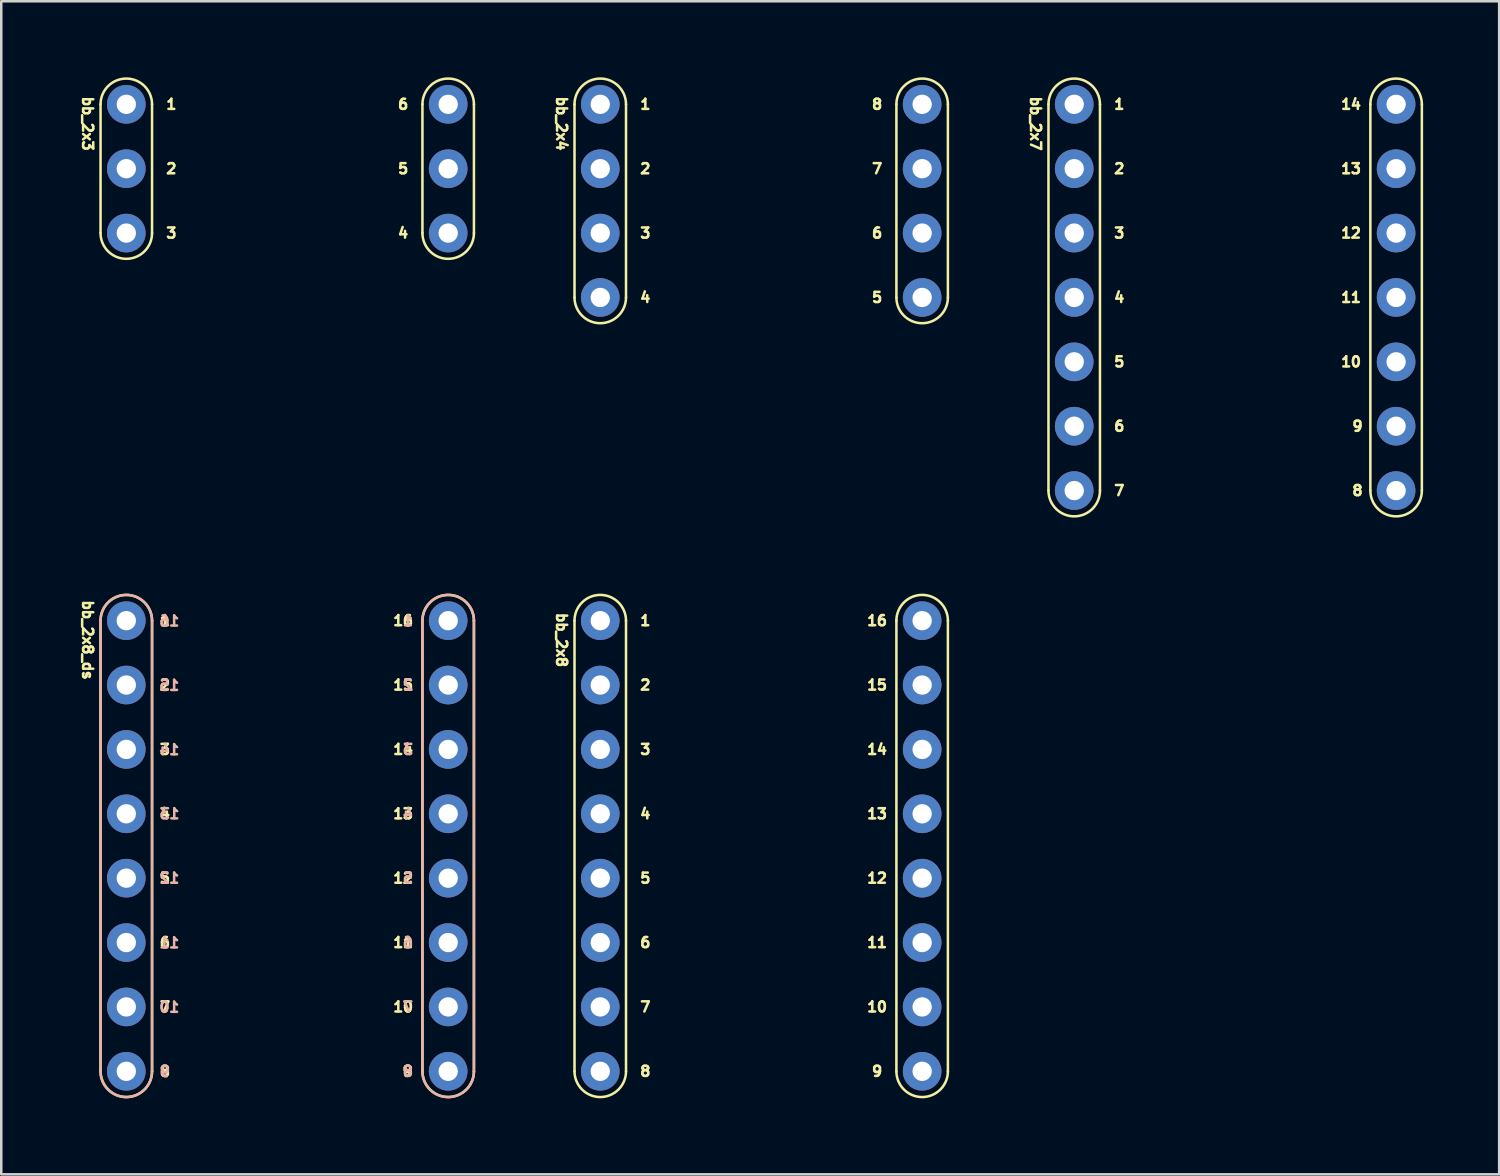
<source format=kicad_pcb>
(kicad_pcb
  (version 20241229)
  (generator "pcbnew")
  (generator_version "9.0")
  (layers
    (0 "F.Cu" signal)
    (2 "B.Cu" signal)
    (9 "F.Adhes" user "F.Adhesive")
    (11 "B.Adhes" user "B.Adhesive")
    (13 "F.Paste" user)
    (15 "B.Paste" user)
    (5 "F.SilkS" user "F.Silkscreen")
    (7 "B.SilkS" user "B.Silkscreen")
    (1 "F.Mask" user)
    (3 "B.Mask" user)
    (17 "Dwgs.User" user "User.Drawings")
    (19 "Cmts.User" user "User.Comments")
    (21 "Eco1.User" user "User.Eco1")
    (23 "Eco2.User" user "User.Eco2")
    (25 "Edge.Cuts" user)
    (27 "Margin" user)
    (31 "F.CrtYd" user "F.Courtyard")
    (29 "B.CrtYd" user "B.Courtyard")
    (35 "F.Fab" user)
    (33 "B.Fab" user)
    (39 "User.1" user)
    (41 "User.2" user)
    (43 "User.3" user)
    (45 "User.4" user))
  (footprint "bb_2x7"
    (layer "F.Cu")
    (at 39.333 1.066)
    (property "Reference" "bb_2x7" (at -1.524 0.762 270) (unlocked yes) (layer "F.SilkS") (effects (font (size 0.4 0.4) (thickness 0.1))))
    (attr through_hole)
    (fp_line (start -1.016 0) (end -1.016 15.24) (stroke (width 0.1) (type solid)) (layer "F.SilkS"))
    (fp_line (start 1.016 15.24) (end 1.016 0) (stroke (width 0.1) (type solid)) (layer "F.SilkS"))
    (fp_line (start 11.684 15.24) (end 11.684 0) (stroke (width 0.1) (type solid)) (layer "F.SilkS"))
    (fp_line (start 13.716 15.24) (end 13.716 0) (stroke (width 0.1) (type solid)) (layer "F.SilkS"))
    (fp_arc (start -1.016 0) (mid 0 -1.016) (end 1.016 0) (stroke (width 0.1) (type solid)) (layer "F.SilkS"))
    (fp_arc (start 1.016 15.24) (mid 0 16.256) (end -1.016 15.24) (stroke (width 0.1) (type solid)) (layer "F.SilkS"))
    (fp_arc (start 11.684 0) (mid 12.7 -1.016) (end 13.716 0) (stroke (width 0.1) (type solid)) (layer "F.SilkS"))
    (fp_arc (start 13.716 15.24) (mid 12.7 16.256) (end 11.684 15.24) (stroke (width 0.1) (type solid)) (layer "F.SilkS"))
    (fp_text user "3" (at 1.778 5.08 0) (layer "F.SilkS") (effects (font (size 0.4 0.4) (thickness 0.1))))
    (fp_text user "9" (at 11.176 12.7 0) (layer "F.SilkS") (effects (font (size 0.4 0.4) (thickness 0.1))))
    (fp_text user "7" (at 1.778 15.24 0) (layer "F.SilkS") (effects (font (size 0.4 0.4) (thickness 0.1))))
    (fp_text user "4" (at 1.778 7.62 0) (layer "F.SilkS") (effects (font (size 0.4 0.4) (thickness 0.1))))
    (fp_text user "10" (at 10.922 10.16 0) (layer "F.SilkS") (effects (font (size 0.4 0.4) (thickness 0.1))))
    (fp_text user "12" (at 10.922 5.08 0) (layer "F.SilkS") (effects (font (size 0.4 0.4) (thickness 0.1))))
    (fp_text user "8" (at 11.176 15.24 0) (layer "F.SilkS") (effects (font (size 0.4 0.4) (thickness 0.1))))
    (fp_text user "14" (at 10.922 0 0) (layer "F.SilkS") (effects (font (size 0.4 0.4) (thickness 0.1))))
    (fp_text user "6" (at 1.778 12.7 0) (layer "F.SilkS") (effects (font (size 0.4 0.4) (thickness 0.1))))
    (fp_text user "1" (at 1.778 0 0) (layer "F.SilkS") (effects (font (size 0.4 0.4) (thickness 0.1))))
    (fp_text user "2" (at 1.778 2.54 0) (layer "F.SilkS") (effects (font (size 0.4 0.4) (thickness 0.1))))
    (fp_text user "11" (at 10.922 7.62 0) (layer "F.SilkS") (effects (font (size 0.4 0.4) (thickness 0.1))))
    (fp_text user "13" (at 10.922 2.54 0) (layer "F.SilkS") (effects (font (size 0.4 0.4) (thickness 0.1))))
    (fp_text user "5" (at 1.778 10.16 0) (layer "F.SilkS") (effects (font (size 0.4 0.4) (thickness 0.1))))
    (pad "1" thru_hole circle (at 0 0) (size 1.524 1.524) (drill 0.762) (layers "*.Cu" "*.Mask"))
    (pad "2" thru_hole circle (at 0 2.54) (size 1.524 1.524) (drill 0.762) (layers "*.Cu" "*.Mask"))
    (pad "3" thru_hole circle (at 0 5.08) (size 1.524 1.524) (drill 0.762) (layers "*.Cu" "*.Mask"))
    (pad "4" thru_hole circle (at 0 7.62) (size 1.524 1.524) (drill 0.762) (layers "*.Cu" "*.Mask"))
    (pad "5" thru_hole circle (at 0 10.16) (size 1.524 1.524) (drill 0.762) (layers "*.Cu" "*.Mask"))
    (pad "6" thru_hole circle (at 0 12.7) (size 1.524 1.524) (drill 0.762) (layers "*.Cu" "*.Mask"))
    (pad "7" thru_hole circle (at 0 15.24) (size 1.524 1.524) (drill 0.762) (layers "*.Cu" "*.Mask"))
    (pad "8" thru_hole circle (at 12.7 15.24) (size 1.524 1.524) (drill 0.762) (layers "*.Cu" "*.Mask"))
    (pad "9" thru_hole circle (at 12.7 12.7) (size 1.524 1.524) (drill 0.762) (layers "*.Cu" "*.Mask"))
    (pad "10" thru_hole circle (at 12.7 10.16) (size 1.524 1.524) (drill 0.762) (layers "*.Cu" "*.Mask"))
    (pad "11" thru_hole circle (at 12.7 7.62) (size 1.524 1.524) (drill 0.762) (layers "*.Cu" "*.Mask"))
    (pad "12" thru_hole circle (at 12.7 5.08) (size 1.524 1.524) (drill 0.762) (layers "*.Cu" "*.Mask"))
    (pad "13" thru_hole circle (at 12.7 2.54) (size 1.524 1.524) (drill 0.762) (layers "*.Cu" "*.Mask"))
    (pad "14" thru_hole circle (at 12.7 0) (size 1.524 1.524) (drill 0.762) (layers "*.Cu" "*.Mask")))
  (footprint "bb_2x4"
    (layer "F.Cu")
    (at 20.633 1.066)
    (property "Reference" "bb_2x4" (at -1.524 0.762 270) (unlocked yes) (layer "F.SilkS") (effects (font (size 0.4 0.4) (thickness 0.1))))
    (attr through_hole)
    (fp_line (start -1.016 0) (end -1.016 7.62) (stroke (width 0.1) (type solid)) (layer "F.SilkS"))
    (fp_line (start 1.016 7.62) (end 1.016 0) (stroke (width 0.1) (type solid)) (layer "F.SilkS"))
    (fp_line (start 11.684 7.62) (end 11.684 0) (stroke (width 0.1) (type solid)) (layer "F.SilkS"))
    (fp_line (start 13.716 7.62) (end 13.716 0) (stroke (width 0.1) (type solid)) (layer "F.SilkS"))
    (fp_arc (start -1.016 0) (mid 0 -1.016) (end 1.016 0) (stroke (width 0.1) (type solid)) (layer "F.SilkS"))
    (fp_arc (start 1.016 7.62) (mid 0 8.636) (end -1.016 7.62) (stroke (width 0.1) (type solid)) (layer "F.SilkS"))
    (fp_arc (start 11.684 0) (mid 12.7 -1.016) (end 13.716 0) (stroke (width 0.1) (type solid)) (layer "F.SilkS"))
    (fp_arc (start 13.716 7.62) (mid 12.7 8.636) (end 11.684 7.62) (stroke (width 0.1) (type solid)) (layer "F.SilkS"))
    (fp_text user "7" (at 10.922 2.54 0) (layer "F.SilkS") (effects (font (size 0.4 0.4) (thickness 0.1))))
    (fp_text user "8" (at 10.922 0 0) (layer "F.SilkS") (effects (font (size 0.4 0.4) (thickness 0.1))))
    (fp_text user "4" (at 1.778 7.62 0) (layer "F.SilkS") (effects (font (size 0.4 0.4) (thickness 0.1))))
    (fp_text user "2" (at 1.778 2.54 0) (layer "F.SilkS") (effects (font (size 0.4 0.4) (thickness 0.1))))
    (fp_text user "3" (at 1.778 5.08 0) (layer "F.SilkS") (effects (font (size 0.4 0.4) (thickness 0.1))))
    (fp_text user "6" (at 10.922 5.08 0) (layer "F.SilkS") (effects (font (size 0.4 0.4) (thickness 0.1))))
    (fp_text user "1" (at 1.778 0 0) (layer "F.SilkS") (effects (font (size 0.4 0.4) (thickness 0.1))))
    (fp_text user "5" (at 10.922 7.62 0) (layer "F.SilkS") (effects (font (size 0.4 0.4) (thickness 0.1))))
    (pad "1" thru_hole circle (at 0 0) (size 1.524 1.524) (drill 0.762) (layers "*.Cu" "*.Mask"))
    (pad "2" thru_hole circle (at 0 2.54) (size 1.524 1.524) (drill 0.762) (layers "*.Cu" "*.Mask"))
    (pad "3" thru_hole circle (at 0 5.08) (size 1.524 1.524) (drill 0.762) (layers "*.Cu" "*.Mask"))
    (pad "4" thru_hole circle (at 0 7.62) (size 1.524 1.524) (drill 0.762) (layers "*.Cu" "*.Mask"))
    (pad "5" thru_hole circle (at 12.7 7.62) (size 1.524 1.524) (drill 0.762) (layers "*.Cu" "*.Mask"))
    (pad "6" thru_hole circle (at 12.7 5.08) (size 1.524 1.524) (drill 0.762) (layers "*.Cu" "*.Mask"))
    (pad "7" thru_hole circle (at 12.7 2.54) (size 1.524 1.524) (drill 0.762) (layers "*.Cu" "*.Mask"))
    (pad "8" thru_hole circle (at 12.7 0) (size 1.524 1.524) (drill 0.762) (layers "*.Cu" "*.Mask")))
  (footprint "bb_2x8_ds"
    (layer "F.Cu")
    (at 1.933 21.438)
    (property "Reference" "bb_2x8_ds" (at -1.524 0.762 270) (unlocked yes) (layer "F.SilkS") (effects (font (size 0.4 0.4) (thickness 0.1))))
    (attr through_hole)
    (fp_line (start -1.016 0) (end -1.016 17.78) (stroke (width 0.1) (type solid)) (layer "F.SilkS"))
    (fp_line (start 1.016 17.78) (end 1.016 0) (stroke (width 0.1) (type solid)) (layer "F.SilkS"))
    (fp_line (start 11.684 17.78) (end 11.684 0) (stroke (width 0.1) (type solid)) (layer "F.SilkS"))
    (fp_line (start 13.716 17.78) (end 13.716 0) (stroke (width 0.1) (type solid)) (layer "F.SilkS"))
    (fp_arc (start -1.016 0) (mid 0 -1.016) (end 1.016 0) (stroke (width 0.1) (type solid)) (layer "F.SilkS"))
    (fp_arc (start 1.016 17.78) (mid 0 18.796) (end -1.016 17.78) (stroke (width 0.1) (type solid)) (layer "F.SilkS"))
    (fp_arc (start 11.684 0) (mid 12.7 -1.016) (end 13.716 0) (stroke (width 0.1) (type solid)) (layer "F.SilkS"))
    (fp_arc (start 13.716 17.78) (mid 12.7 18.796) (end 11.684 17.78) (stroke (width 0.1) (type solid)) (layer "F.SilkS"))
    (fp_line (start -1.016 0) (end -1.016 17.78) (stroke (width 0.1) (type solid)) (layer "B.SilkS"))
    (fp_line (start 1.016 17.78) (end 1.016 0) (stroke (width 0.1) (type solid)) (layer "B.SilkS"))
    (fp_line (start 11.684 0) (end 11.684 17.78) (stroke (width 0.1) (type solid)) (layer "B.SilkS"))
    (fp_line (start 13.716 17.78) (end 13.716 0) (stroke (width 0.1) (type solid)) (layer "B.SilkS"))
    (fp_arc (start -1.016 0) (mid 0 -1.016) (end 1.016 0) (stroke (width 0.1) (type solid)) (layer "B.SilkS"))
    (fp_arc (start 1.016 17.78) (mid 0 18.796) (end -1.016 17.78) (stroke (width 0.1) (type solid)) (layer "B.SilkS"))
    (fp_arc (start 11.684 0) (mid 12.7 -1.016) (end 13.716 0) (stroke (width 0.1) (type solid)) (layer "B.SilkS"))
    (fp_arc (start 13.716 17.78) (mid 12.7 18.796) (end 11.684 17.78) (stroke (width 0.1) (type solid)) (layer "B.SilkS"))
    (fp_text user "8" (at 1.524 17.78 0) (layer "F.SilkS") (effects (font (size 0.4 0.4) (thickness 0.1))))
    (fp_text user "14" (at 10.922 5.08 0) (layer "F.SilkS") (effects (font (size 0.4 0.4) (thickness 0.1))))
    (fp_text user "5" (at 1.524 10.16 0) (layer "F.SilkS") (effects (font (size 0.4 0.4) (thickness 0.1))))
    (fp_text user "3" (at 1.524 5.08 0) (layer "F.SilkS") (effects (font (size 0.4 0.4) (thickness 0.1))))
    (fp_text user "4" (at 1.524 7.62 0) (layer "F.SilkS") (effects (font (size 0.4 0.4) (thickness 0.1))))
    (fp_text user "16" (at 10.922 0 0) (layer "F.SilkS") (effects (font (size 0.4 0.4) (thickness 0.1))))
    (fp_text user "12" (at 10.922 10.16 0) (layer "F.SilkS") (effects (font (size 0.4 0.4) (thickness 0.1))))
    (fp_text user "9" (at 11.1 17.78 0) (layer "F.SilkS") (effects (font (size 0.4 0.4) (thickness 0.1))))
    (fp_text user "6" (at 1.524 12.7 0) (layer "F.SilkS") (effects (font (size 0.4 0.4) (thickness 0.1))))
    (fp_text user "13" (at 10.922 7.62 0) (layer "F.SilkS") (effects (font (size 0.4 0.4) (thickness 0.1))))
    (fp_text user "10" (at 10.922 15.24 0) (layer "F.SilkS") (effects (font (size 0.4 0.4) (thickness 0.1))))
    (fp_text user "7" (at 1.524 15.24 0) (layer "F.SilkS") (effects (font (size 0.4 0.4) (thickness 0.1))))
    (fp_text user "15" (at 10.922 2.54 0) (layer "F.SilkS") (effects (font (size 0.4 0.4) (thickness 0.1))))
    (fp_text user "11" (at 10.922 12.7 0) (layer "F.SilkS") (effects (font (size 0.4 0.4) (thickness 0.1))))
    (fp_text user "2" (at 1.524 2.54 0) (layer "F.SilkS") (effects (font (size 0.4 0.4) (thickness 0.1))))
    (fp_text user "1" (at 1.524 0 0) (layer "F.SilkS") (effects (font (size 0.4 0.4) (thickness 0.1))))
    (fp_text user "3" (at 11.111 5.081 180) (layer "B.SilkS") (effects (font (size 0.4 0.4) (thickness 0.1)) (justify mirror)))
    (fp_text user "9" (at 1.524 17.792 180) (layer "B.SilkS") (effects (font (size 0.4 0.4) (thickness 0.1)) (justify mirror)))
    (fp_text user "2" (at 11.111 2.541 180) (layer "B.SilkS") (effects (font (size 0.4 0.4) (thickness 0.1)) (justify mirror)))
    (fp_text user "7" (at 11.111 15.241 180) (layer "B.SilkS") (effects (font (size 0.4 0.4) (thickness 0.1)) (justify mirror)))
    (fp_text user "14" (at 1.697 5.092 180) (layer "B.SilkS") (effects (font (size 0.4 0.4) (thickness 0.1)) (justify mirror)))
    (fp_text user "6" (at 11.111 12.701 180) (layer "B.SilkS") (effects (font (size 0.4 0.4) (thickness 0.1)) (justify mirror)))
    (fp_text user "16" (at 1.697 0.012 180) (layer "B.SilkS") (effects (font (size 0.4 0.4) (thickness 0.1)) (justify mirror)))
    (fp_text user "11" (at 1.697 12.712 180) (layer "B.SilkS") (effects (font (size 0.4 0.4) (thickness 0.1)) (justify mirror)))
    (fp_text user "15" (at 1.697 2.552 180) (layer "B.SilkS") (effects (font (size 0.4 0.4) (thickness 0.1)) (justify mirror)))
    (fp_text user "10" (at 1.697 15.252 180) (layer "B.SilkS") (effects (font (size 0.4 0.4) (thickness 0.1)) (justify mirror)))
    (fp_text user "12" (at 1.697 10.16 180) (layer "B.SilkS") (effects (font (size 0.4 0.4) (thickness 0.1)) (justify mirror)))
    (fp_text user "5" (at 11.111 10.161 180) (layer "B.SilkS") (effects (font (size 0.4 0.4) (thickness 0.1)) (justify mirror)))
    (fp_text user "13" (at 1.702 7.62 180) (layer "B.SilkS") (effects (font (size 0.4 0.4) (thickness 0.1)) (justify mirror)))
    (fp_text user "8" (at 11.111 17.781 180) (layer "B.SilkS") (effects (font (size 0.4 0.4) (thickness 0.1)) (justify mirror)))
    (fp_text user "1" (at 11.111 0.001 180) (layer "B.SilkS") (effects (font (size 0.4 0.4) (thickness 0.1)) (justify mirror)))
    (fp_text user "4" (at 11.111 7.62 180) (layer "B.SilkS") (effects (font (size 0.4 0.4) (thickness 0.1)) (justify mirror)))
    (pad "1" thru_hole circle (at 0 0) (size 1.524 1.524) (drill 0.762) (layers "*.Cu" "*.Mask"))
    (pad "2" thru_hole circle (at 0 2.54) (size 1.524 1.524) (drill 0.762) (layers "*.Cu" "*.Mask"))
    (pad "3" thru_hole circle (at 0 5.08) (size 1.524 1.524) (drill 0.762) (layers "*.Cu" "*.Mask"))
    (pad "4" thru_hole circle (at 0 7.62) (size 1.524 1.524) (drill 0.762) (layers "*.Cu" "*.Mask"))
    (pad "5" thru_hole circle (at 0 10.16) (size 1.524 1.524) (drill 0.762) (layers "*.Cu" "*.Mask"))
    (pad "6" thru_hole circle (at 0 12.7) (size 1.524 1.524) (drill 0.762) (layers "*.Cu" "*.Mask"))
    (pad "7" thru_hole circle (at 0 15.24) (size 1.524 1.524) (drill 0.762) (layers "*.Cu" "*.Mask"))
    (pad "8" thru_hole circle (at 0 17.78) (size 1.524 1.524) (drill 0.762) (layers "*.Cu" "*.Mask"))
    (pad "9" thru_hole circle (at 12.7 17.78) (size 1.524 1.524) (drill 0.762) (layers "*.Cu" "*.Mask"))
    (pad "10" thru_hole circle (at 12.7 15.24) (size 1.524 1.524) (drill 0.762) (layers "*.Cu" "*.Mask"))
    (pad "11" thru_hole circle (at 12.7 12.7) (size 1.524 1.524) (drill 0.762) (layers "*.Cu" "*.Mask"))
    (pad "12" thru_hole circle (at 12.7 10.16) (size 1.524 1.524) (drill 0.762) (layers "*.Cu" "*.Mask"))
    (pad "13" thru_hole circle (at 12.7 7.62) (size 1.524 1.524) (drill 0.762) (layers "*.Cu" "*.Mask"))
    (pad "14" thru_hole circle (at 12.7 5.08) (size 1.524 1.524) (drill 0.762) (layers "*.Cu" "*.Mask"))
    (pad "15" thru_hole circle (at 12.7 2.54) (size 1.524 1.524) (drill 0.762) (layers "*.Cu" "*.Mask"))
    (pad "16" thru_hole circle (at 12.7 0) (size 1.524 1.524) (drill 0.762) (layers "*.Cu" "*.Mask")))
  (footprint "bb_2x8"
    (layer "F.Cu")
    (at 20.633 21.438)
    (property "Reference" "bb_2x8" (at -1.524 0.762 270) (unlocked yes) (layer "F.SilkS") (effects (font (size 0.4 0.4) (thickness 0.1))))
    (attr through_hole)
    (fp_line (start -1.016 0) (end -1.016 17.78) (stroke (width 0.1) (type solid)) (layer "F.SilkS"))
    (fp_line (start 1.016 17.78) (end 1.016 0) (stroke (width 0.1) (type solid)) (layer "F.SilkS"))
    (fp_line (start 11.684 17.78) (end 11.684 0) (stroke (width 0.1) (type solid)) (layer "F.SilkS"))
    (fp_line (start 13.716 17.78) (end 13.716 0) (stroke (width 0.1) (type solid)) (layer "F.SilkS"))
    (fp_arc (start -1.016 0) (mid 0 -1.016) (end 1.016 0) (stroke (width 0.1) (type solid)) (layer "F.SilkS"))
    (fp_arc (start 1.016 17.78) (mid 0 18.796) (end -1.016 17.78) (stroke (width 0.1) (type solid)) (layer "F.SilkS"))
    (fp_arc (start 11.684 0) (mid 12.7 -1.016) (end 13.716 0) (stroke (width 0.1) (type solid)) (layer "F.SilkS"))
    (fp_arc (start 13.716 17.78) (mid 12.7 18.796) (end 11.684 17.78) (stroke (width 0.1) (type solid)) (layer "F.SilkS"))
    (fp_text user "9" (at 10.922 17.78 0) (layer "F.SilkS") (effects (font (size 0.4 0.4) (thickness 0.1))))
    (fp_text user "8" (at 1.778 17.78 0) (layer "F.SilkS") (effects (font (size 0.4 0.4) (thickness 0.1))))
    (fp_text user "4" (at 1.778 7.62 0) (layer "F.SilkS") (effects (font (size 0.4 0.4) (thickness 0.1))))
    (fp_text user "12" (at 10.922 10.16 0) (layer "F.SilkS") (effects (font (size 0.4 0.4) (thickness 0.1))))
    (fp_text user "13" (at 10.922 7.62 0) (layer "F.SilkS") (effects (font (size 0.4 0.4) (thickness 0.1))))
    (fp_text user "1" (at 1.778 0 0) (layer "F.SilkS") (effects (font (size 0.4 0.4) (thickness 0.1))))
    (fp_text user "16" (at 10.922 0 0) (layer "F.SilkS") (effects (font (size 0.4 0.4) (thickness 0.1))))
    (fp_text user "2" (at 1.778 2.54 0) (layer "F.SilkS") (effects (font (size 0.4 0.4) (thickness 0.1))))
    (fp_text user "6" (at 1.778 12.7 0) (layer "F.SilkS") (effects (font (size 0.4 0.4) (thickness 0.1))))
    (fp_text user "10" (at 10.922 15.24 0) (layer "F.SilkS") (effects (font (size 0.4 0.4) (thickness 0.1))))
    (fp_text user "15" (at 10.922 2.54 0) (layer "F.SilkS") (effects (font (size 0.4 0.4) (thickness 0.1))))
    (fp_text user "11" (at 10.922 12.7 0) (layer "F.SilkS") (effects (font (size 0.4 0.4) (thickness 0.1))))
    (fp_text user "7" (at 1.778 15.24 0) (layer "F.SilkS") (effects (font (size 0.4 0.4) (thickness 0.1))))
    (fp_text user "5" (at 1.778 10.16 0) (layer "F.SilkS") (effects (font (size 0.4 0.4) (thickness 0.1))))
    (fp_text user "3" (at 1.778 5.08 0) (layer "F.SilkS") (effects (font (size 0.4 0.4) (thickness 0.1))))
    (fp_text user "14" (at 10.922 5.08 0) (layer "F.SilkS") (effects (font (size 0.4 0.4) (thickness 0.1))))
    (pad "1" thru_hole circle (at 0 0) (size 1.524 1.524) (drill 0.762) (layers "*.Cu" "*.Mask"))
    (pad "2" thru_hole circle (at 0 2.54) (size 1.524 1.524) (drill 0.762) (layers "*.Cu" "*.Mask"))
    (pad "3" thru_hole circle (at 0 5.08) (size 1.524 1.524) (drill 0.762) (layers "*.Cu" "*.Mask"))
    (pad "4" thru_hole circle (at 0 7.62) (size 1.524 1.524) (drill 0.762) (layers "*.Cu" "*.Mask"))
    (pad "5" thru_hole circle (at 0 10.16) (size 1.524 1.524) (drill 0.762) (layers "*.Cu" "*.Mask"))
    (pad "6" thru_hole circle (at 0 12.7) (size 1.524 1.524) (drill 0.762) (layers "*.Cu" "*.Mask"))
    (pad "7" thru_hole circle (at 0 15.24) (size 1.524 1.524) (drill 0.762) (layers "*.Cu" "*.Mask"))
    (pad "8" thru_hole circle (at 0 17.78) (size 1.524 1.524) (drill 0.762) (layers "*.Cu" "*.Mask"))
    (pad "9" thru_hole circle (at 12.7 17.78) (size 1.524 1.524) (drill 0.762) (layers "*.Cu" "*.Mask"))
    (pad "10" thru_hole circle (at 12.7 15.24) (size 1.524 1.524) (drill 0.762) (layers "*.Cu" "*.Mask"))
    (pad "11" thru_hole circle (at 12.7 12.7) (size 1.524 1.524) (drill 0.762) (layers "*.Cu" "*.Mask"))
    (pad "12" thru_hole circle (at 12.7 10.16) (size 1.524 1.524) (drill 0.762) (layers "*.Cu" "*.Mask"))
    (pad "13" thru_hole circle (at 12.7 7.62) (size 1.524 1.524) (drill 0.762) (layers "*.Cu" "*.Mask"))
    (pad "14" thru_hole circle (at 12.7 5.08) (size 1.524 1.524) (drill 0.762) (layers "*.Cu" "*.Mask"))
    (pad "15" thru_hole circle (at 12.7 2.54) (size 1.524 1.524) (drill 0.762) (layers "*.Cu" "*.Mask"))
    (pad "16" thru_hole circle (at 12.7 0) (size 1.524 1.524) (drill 0.762) (layers "*.Cu" "*.Mask")))
  (footprint "bb_2x3"
    (layer "F.Cu")
    (at 1.933 1.066)
    (property "Reference" "bb_2x3" (at -1.524 0.762 270) (unlocked yes) (layer "F.SilkS") (effects (font (size 0.4 0.4) (thickness 0.1))))
    (attr through_hole)
    (fp_line (start -1.016 5.08) (end -1.016 0) (stroke (width 0.1) (type solid)) (layer "F.SilkS"))
    (fp_line (start 1.016 5.08) (end 1.016 0) (stroke (width 0.1) (type solid)) (layer "F.SilkS"))
    (fp_line (start 11.684 5.08) (end 11.684 0) (stroke (width 0.1) (type solid)) (layer "F.SilkS"))
    (fp_line (start 13.716 5.08) (end 13.716 0) (stroke (width 0.1) (type solid)) (layer "F.SilkS"))
    (fp_arc (start -1.016 0) (mid 0 -1.016) (end 1.016 0) (stroke (width 0.1) (type solid)) (layer "F.SilkS"))
    (fp_arc (start 1.016 5.08) (mid 0 6.096) (end -1.016 5.08) (stroke (width 0.1) (type solid)) (layer "F.SilkS"))
    (fp_arc (start 11.684 0) (mid 12.7 -1.016) (end 13.716 0) (stroke (width 0.1) (type solid)) (layer "F.SilkS"))
    (fp_arc (start 13.716 5.08) (mid 12.7 6.096) (end 11.684 5.08) (stroke (width 0.1) (type solid)) (layer "F.SilkS"))
    (fp_text user "4" (at 10.922 5.08 0) (layer "F.SilkS") (effects (font (size 0.4 0.4) (thickness 0.1))))
    (fp_text user "1" (at 1.778 0 0) (layer "F.SilkS") (effects (font (size 0.4 0.4) (thickness 0.1))))
    (fp_text user "2" (at 1.778 2.54 0) (layer "F.SilkS") (effects (font (size 0.4 0.4) (thickness 0.1))))
    (fp_text user "5" (at 10.922 2.54 0) (layer "F.SilkS") (effects (font (size 0.4 0.4) (thickness 0.1))))
    (fp_text user "3" (at 1.778 5.08 0) (layer "F.SilkS") (effects (font (size 0.4 0.4) (thickness 0.1))))
    (fp_text user "6" (at 10.922 0 0) (layer "F.SilkS") (effects (font (size 0.4 0.4) (thickness 0.1))))
    (pad "1" thru_hole circle (at 0 0) (size 1.524 1.524) (drill 0.762) (layers "*.Cu" "*.Mask"))
    (pad "2" thru_hole circle (at 0 2.54) (size 1.524 1.524) (drill 0.762) (layers "*.Cu" "*.Mask"))
    (pad "3" thru_hole circle (at 0 5.08) (size 1.524 1.524) (drill 0.762) (layers "*.Cu" "*.Mask"))
    (pad "4" thru_hole circle (at 12.7 5.08) (size 1.524 1.524) (drill 0.762) (layers "*.Cu" "*.Mask"))
    (pad "5" thru_hole circle (at 12.7 2.54) (size 1.524 1.524) (drill 0.762) (layers "*.Cu" "*.Mask"))
    (pad "6" thru_hole circle (at 12.7 0) (size 1.524 1.524) (drill 0.762) (layers "*.Cu" "*.Mask")))
  (gr_rect
    (start -3 -3)
    (end 56.099 43.284)
    (stroke (width 0.1) (type default))
    (fill no)
    (layer "Edge.Cuts")))
</source>
